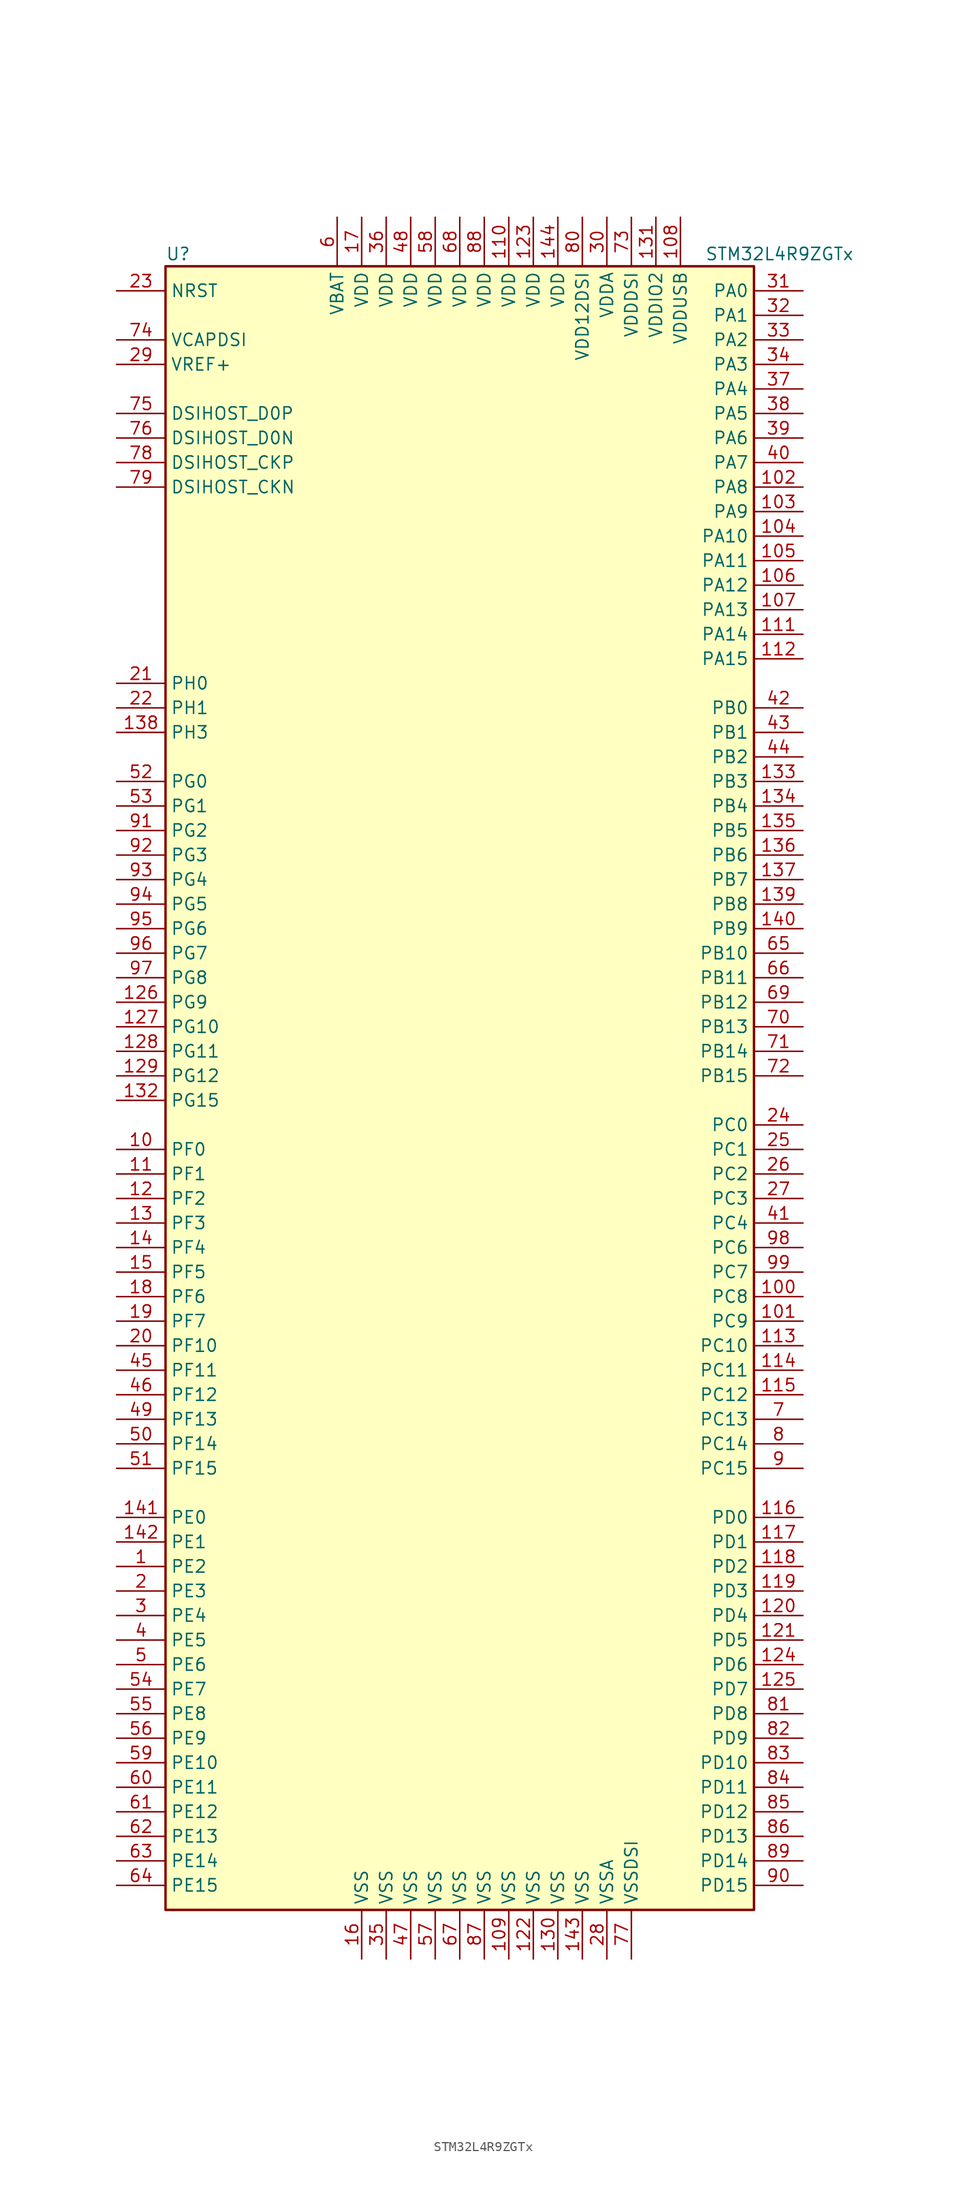
<source format=kicad_sym>
(kicad_symbol_lib
  (version 20201005)
  (generator kicad_symbol_editor)
  (symbol "STM32L4R9ZGTx"
    (property "Reference" "U"
      (at -30.48 85.09 0)
      (effects (font (size 1.27 1.27)) (justify left)))
    (property "Value" "STM32L4R9ZGTx"
      (at 25.4 85.09 0)
      (effects (font (size 1.27 1.27)) (justify left)))
    (symbol "STM32L4R9ZGTx_0_1"
      (rectangle (start -30.48 -86.36) (end 30.48 83.82) (stroke (width 0.254)) (fill (type background))))
    (symbol "STM32L4R9ZGTx_1_1"
      (pin bidirectional line (at -35.56 -50.8 0) (length 5.08) (name "PE2" (effects (font (size 1.27 1.27)))) (number "1" (effects (font (size 1.27 1.27)))))
      (pin bidirectional line (at -35.56 -7.62 0) (length 5.08) (name "PF0" (effects (font (size 1.27 1.27)))) (number "10" (effects (font (size 1.27 1.27)))))
      (pin bidirectional line (at 35.56 -22.86 180) (length 5.08) (name "PC8" (effects (font (size 1.27 1.27)))) (number "100" (effects (font (size 1.27 1.27)))))
      (pin bidirectional line (at 35.56 -25.4 180) (length 5.08) (name "PC9" (effects (font (size 1.27 1.27)))) (number "101" (effects (font (size 1.27 1.27)))))
      (pin bidirectional line (at 35.56 60.96 180) (length 5.08) (name "PA8" (effects (font (size 1.27 1.27)))) (number "102" (effects (font (size 1.27 1.27)))))
      (pin bidirectional line (at 35.56 58.42 180) (length 5.08) (name "PA9" (effects (font (size 1.27 1.27)))) (number "103" (effects (font (size 1.27 1.27)))))
      (pin bidirectional line (at 35.56 55.88 180) (length 5.08) (name "PA10" (effects (font (size 1.27 1.27)))) (number "104" (effects (font (size 1.27 1.27)))))
      (pin bidirectional line (at 35.56 53.34 180) (length 5.08) (name "PA11" (effects (font (size 1.27 1.27)))) (number "105" (effects (font (size 1.27 1.27)))))
      (pin bidirectional line (at 35.56 50.8 180) (length 5.08) (name "PA12" (effects (font (size 1.27 1.27)))) (number "106" (effects (font (size 1.27 1.27)))))
      (pin bidirectional line (at 35.56 48.26 180) (length 5.08) (name "PA13" (effects (font (size 1.27 1.27)))) (number "107" (effects (font (size 1.27 1.27)))))
      (pin power_in line (at 22.86 88.9 270) (length 5.08) (name "VDDUSB" (effects (font (size 1.27 1.27)))) (number "108" (effects (font (size 1.27 1.27)))))
      (pin power_in line (at 5.08 -91.44 90) (length 5.08) (name "VSS" (effects (font (size 1.27 1.27)))) (number "109" (effects (font (size 1.27 1.27)))))
      (pin bidirectional line (at -35.56 -10.16 0) (length 5.08) (name "PF1" (effects (font (size 1.27 1.27)))) (number "11" (effects (font (size 1.27 1.27)))))
      (pin power_in line (at 5.08 88.9 270) (length 5.08) (name "VDD" (effects (font (size 1.27 1.27)))) (number "110" (effects (font (size 1.27 1.27)))))
      (pin bidirectional line (at 35.56 45.72 180) (length 5.08) (name "PA14" (effects (font (size 1.27 1.27)))) (number "111" (effects (font (size 1.27 1.27)))))
      (pin bidirectional line (at 35.56 43.18 180) (length 5.08) (name "PA15" (effects (font (size 1.27 1.27)))) (number "112" (effects (font (size 1.27 1.27)))))
      (pin bidirectional line (at 35.56 -27.94 180) (length 5.08) (name "PC10" (effects (font (size 1.27 1.27)))) (number "113" (effects (font (size 1.27 1.27)))))
      (pin bidirectional line (at 35.56 -30.48 180) (length 5.08) (name "PC11" (effects (font (size 1.27 1.27)))) (number "114" (effects (font (size 1.27 1.27)))))
      (pin bidirectional line (at 35.56 -33.02 180) (length 5.08) (name "PC12" (effects (font (size 1.27 1.27)))) (number "115" (effects (font (size 1.27 1.27)))))
      (pin bidirectional line (at 35.56 -45.72 180) (length 5.08) (name "PD0" (effects (font (size 1.27 1.27)))) (number "116" (effects (font (size 1.27 1.27)))))
      (pin bidirectional line (at 35.56 -48.26 180) (length 5.08) (name "PD1" (effects (font (size 1.27 1.27)))) (number "117" (effects (font (size 1.27 1.27)))))
      (pin bidirectional line (at 35.56 -50.8 180) (length 5.08) (name "PD2" (effects (font (size 1.27 1.27)))) (number "118" (effects (font (size 1.27 1.27)))))
      (pin bidirectional line (at 35.56 -53.34 180) (length 5.08) (name "PD3" (effects (font (size 1.27 1.27)))) (number "119" (effects (font (size 1.27 1.27)))))
      (pin bidirectional line (at -35.56 -12.7 0) (length 5.08) (name "PF2" (effects (font (size 1.27 1.27)))) (number "12" (effects (font (size 1.27 1.27)))))
      (pin bidirectional line (at 35.56 -55.88 180) (length 5.08) (name "PD4" (effects (font (size 1.27 1.27)))) (number "120" (effects (font (size 1.27 1.27)))))
      (pin bidirectional line (at 35.56 -58.42 180) (length 5.08) (name "PD5" (effects (font (size 1.27 1.27)))) (number "121" (effects (font (size 1.27 1.27)))))
      (pin power_in line (at 7.62 -91.44 90) (length 5.08) (name "VSS" (effects (font (size 1.27 1.27)))) (number "122" (effects (font (size 1.27 1.27)))))
      (pin power_in line (at 7.62 88.9 270) (length 5.08) (name "VDD" (effects (font (size 1.27 1.27)))) (number "123" (effects (font (size 1.27 1.27)))))
      (pin bidirectional line (at 35.56 -60.96 180) (length 5.08) (name "PD6" (effects (font (size 1.27 1.27)))) (number "124" (effects (font (size 1.27 1.27)))))
      (pin bidirectional line (at 35.56 -63.5 180) (length 5.08) (name "PD7" (effects (font (size 1.27 1.27)))) (number "125" (effects (font (size 1.27 1.27)))))
      (pin bidirectional line (at -35.56 7.62 0) (length 5.08) (name "PG9" (effects (font (size 1.27 1.27)))) (number "126" (effects (font (size 1.27 1.27)))))
      (pin bidirectional line (at -35.56 5.08 0) (length 5.08) (name "PG10" (effects (font (size 1.27 1.27)))) (number "127" (effects (font (size 1.27 1.27)))))
      (pin bidirectional line (at -35.56 2.54 0) (length 5.08) (name "PG11" (effects (font (size 1.27 1.27)))) (number "128" (effects (font (size 1.27 1.27)))))
      (pin bidirectional line (at -35.56 0 0) (length 5.08) (name "PG12" (effects (font (size 1.27 1.27)))) (number "129" (effects (font (size 1.27 1.27)))))
      (pin bidirectional line (at -35.56 -15.24 0) (length 5.08) (name "PF3" (effects (font (size 1.27 1.27)))) (number "13" (effects (font (size 1.27 1.27)))))
      (pin power_in line (at 10.16 -91.44 90) (length 5.08) (name "VSS" (effects (font (size 1.27 1.27)))) (number "130" (effects (font (size 1.27 1.27)))))
      (pin power_in line (at 20.32 88.9 270) (length 5.08) (name "VDDIO2" (effects (font (size 1.27 1.27)))) (number "131" (effects (font (size 1.27 1.27)))))
      (pin bidirectional line (at -35.56 -2.54 0) (length 5.08) (name "PG15" (effects (font (size 1.27 1.27)))) (number "132" (effects (font (size 1.27 1.27)))))
      (pin bidirectional line (at 35.56 30.48 180) (length 5.08) (name "PB3" (effects (font (size 1.27 1.27)))) (number "133" (effects (font (size 1.27 1.27)))))
      (pin bidirectional line (at 35.56 27.94 180) (length 5.08) (name "PB4" (effects (font (size 1.27 1.27)))) (number "134" (effects (font (size 1.27 1.27)))))
      (pin bidirectional line (at 35.56 25.4 180) (length 5.08) (name "PB5" (effects (font (size 1.27 1.27)))) (number "135" (effects (font (size 1.27 1.27)))))
      (pin bidirectional line (at 35.56 22.86 180) (length 5.08) (name "PB6" (effects (font (size 1.27 1.27)))) (number "136" (effects (font (size 1.27 1.27)))))
      (pin bidirectional line (at 35.56 20.32 180) (length 5.08) (name "PB7" (effects (font (size 1.27 1.27)))) (number "137" (effects (font (size 1.27 1.27)))))
      (pin bidirectional line (at -35.56 35.56 0) (length 5.08) (name "PH3" (effects (font (size 1.27 1.27)))) (number "138" (effects (font (size 1.27 1.27)))))
      (pin bidirectional line (at 35.56 17.78 180) (length 5.08) (name "PB8" (effects (font (size 1.27 1.27)))) (number "139" (effects (font (size 1.27 1.27)))))
      (pin bidirectional line (at -35.56 -17.78 0) (length 5.08) (name "PF4" (effects (font (size 1.27 1.27)))) (number "14" (effects (font (size 1.27 1.27)))))
      (pin bidirectional line (at 35.56 15.24 180) (length 5.08) (name "PB9" (effects (font (size 1.27 1.27)))) (number "140" (effects (font (size 1.27 1.27)))))
      (pin bidirectional line (at -35.56 -45.72 0) (length 5.08) (name "PE0" (effects (font (size 1.27 1.27)))) (number "141" (effects (font (size 1.27 1.27)))))
      (pin bidirectional line (at -35.56 -48.26 0) (length 5.08) (name "PE1" (effects (font (size 1.27 1.27)))) (number "142" (effects (font (size 1.27 1.27)))))
      (pin power_in line (at 12.7 -91.44 90) (length 5.08) (name "VSS" (effects (font (size 1.27 1.27)))) (number "143" (effects (font (size 1.27 1.27)))))
      (pin power_in line (at 10.16 88.9 270) (length 5.08) (name "VDD" (effects (font (size 1.27 1.27)))) (number "144" (effects (font (size 1.27 1.27)))))
      (pin bidirectional line (at -35.56 -20.32 0) (length 5.08) (name "PF5" (effects (font (size 1.27 1.27)))) (number "15" (effects (font (size 1.27 1.27)))))
      (pin power_in line (at -10.16 -91.44 90) (length 5.08) (name "VSS" (effects (font (size 1.27 1.27)))) (number "16" (effects (font (size 1.27 1.27)))))
      (pin power_in line (at -10.16 88.9 270) (length 5.08) (name "VDD" (effects (font (size 1.27 1.27)))) (number "17" (effects (font (size 1.27 1.27)))))
      (pin bidirectional line (at -35.56 -22.86 0) (length 5.08) (name "PF6" (effects (font (size 1.27 1.27)))) (number "18" (effects (font (size 1.27 1.27)))))
      (pin bidirectional line (at -35.56 -25.4 0) (length 5.08) (name "PF7" (effects (font (size 1.27 1.27)))) (number "19" (effects (font (size 1.27 1.27)))))
      (pin bidirectional line (at -35.56 -53.34 0) (length 5.08) (name "PE3" (effects (font (size 1.27 1.27)))) (number "2" (effects (font (size 1.27 1.27)))))
      (pin bidirectional line (at -35.56 -27.94 0) (length 5.08) (name "PF10" (effects (font (size 1.27 1.27)))) (number "20" (effects (font (size 1.27 1.27)))))
      (pin input line (at -35.56 40.64 0) (length 5.08) (name "PH0" (effects (font (size 1.27 1.27)))) (number "21" (effects (font (size 1.27 1.27)))))
      (pin input line (at -35.56 38.1 0) (length 5.08) (name "PH1" (effects (font (size 1.27 1.27)))) (number "22" (effects (font (size 1.27 1.27)))))
      (pin input line (at -35.56 81.28 0) (length 5.08) (name "NRST" (effects (font (size 1.27 1.27)))) (number "23" (effects (font (size 1.27 1.27)))))
      (pin bidirectional line (at 35.56 -5.08 180) (length 5.08) (name "PC0" (effects (font (size 1.27 1.27)))) (number "24" (effects (font (size 1.27 1.27)))))
      (pin bidirectional line (at 35.56 -7.62 180) (length 5.08) (name "PC1" (effects (font (size 1.27 1.27)))) (number "25" (effects (font (size 1.27 1.27)))))
      (pin bidirectional line (at 35.56 -10.16 180) (length 5.08) (name "PC2" (effects (font (size 1.27 1.27)))) (number "26" (effects (font (size 1.27 1.27)))))
      (pin bidirectional line (at 35.56 -12.7 180) (length 5.08) (name "PC3" (effects (font (size 1.27 1.27)))) (number "27" (effects (font (size 1.27 1.27)))))
      (pin power_in line (at 15.24 -91.44 90) (length 5.08) (name "VSSA" (effects (font (size 1.27 1.27)))) (number "28" (effects (font (size 1.27 1.27)))))
      (pin bidirectional line (at -35.56 73.66 0) (length 5.08) (name "VREF+" (effects (font (size 1.27 1.27)))) (number "29" (effects (font (size 1.27 1.27)))))
      (pin bidirectional line (at -35.56 -55.88 0) (length 5.08) (name "PE4" (effects (font (size 1.27 1.27)))) (number "3" (effects (font (size 1.27 1.27)))))
      (pin power_in line (at 15.24 88.9 270) (length 5.08) (name "VDDA" (effects (font (size 1.27 1.27)))) (number "30" (effects (font (size 1.27 1.27)))))
      (pin bidirectional line (at 35.56 81.28 180) (length 5.08) (name "PA0" (effects (font (size 1.27 1.27)))) (number "31" (effects (font (size 1.27 1.27)))))
      (pin bidirectional line (at 35.56 78.74 180) (length 5.08) (name "PA1" (effects (font (size 1.27 1.27)))) (number "32" (effects (font (size 1.27 1.27)))))
      (pin bidirectional line (at 35.56 76.2 180) (length 5.08) (name "PA2" (effects (font (size 1.27 1.27)))) (number "33" (effects (font (size 1.27 1.27)))))
      (pin bidirectional line (at 35.56 73.66 180) (length 5.08) (name "PA3" (effects (font (size 1.27 1.27)))) (number "34" (effects (font (size 1.27 1.27)))))
      (pin power_in line (at -7.62 -91.44 90) (length 5.08) (name "VSS" (effects (font (size 1.27 1.27)))) (number "35" (effects (font (size 1.27 1.27)))))
      (pin power_in line (at -7.62 88.9 270) (length 5.08) (name "VDD" (effects (font (size 1.27 1.27)))) (number "36" (effects (font (size 1.27 1.27)))))
      (pin bidirectional line (at 35.56 71.12 180) (length 5.08) (name "PA4" (effects (font (size 1.27 1.27)))) (number "37" (effects (font (size 1.27 1.27)))))
      (pin bidirectional line (at 35.56 68.58 180) (length 5.08) (name "PA5" (effects (font (size 1.27 1.27)))) (number "38" (effects (font (size 1.27 1.27)))))
      (pin bidirectional line (at 35.56 66.04 180) (length 5.08) (name "PA6" (effects (font (size 1.27 1.27)))) (number "39" (effects (font (size 1.27 1.27)))))
      (pin bidirectional line (at -35.56 -58.42 0) (length 5.08) (name "PE5" (effects (font (size 1.27 1.27)))) (number "4" (effects (font (size 1.27 1.27)))))
      (pin bidirectional line (at 35.56 63.5 180) (length 5.08) (name "PA7" (effects (font (size 1.27 1.27)))) (number "40" (effects (font (size 1.27 1.27)))))
      (pin bidirectional line (at 35.56 -15.24 180) (length 5.08) (name "PC4" (effects (font (size 1.27 1.27)))) (number "41" (effects (font (size 1.27 1.27)))))
      (pin bidirectional line (at 35.56 38.1 180) (length 5.08) (name "PB0" (effects (font (size 1.27 1.27)))) (number "42" (effects (font (size 1.27 1.27)))))
      (pin bidirectional line (at 35.56 35.56 180) (length 5.08) (name "PB1" (effects (font (size 1.27 1.27)))) (number "43" (effects (font (size 1.27 1.27)))))
      (pin bidirectional line (at 35.56 33.02 180) (length 5.08) (name "PB2" (effects (font (size 1.27 1.27)))) (number "44" (effects (font (size 1.27 1.27)))))
      (pin bidirectional line (at -35.56 -30.48 0) (length 5.08) (name "PF11" (effects (font (size 1.27 1.27)))) (number "45" (effects (font (size 1.27 1.27)))))
      (pin bidirectional line (at -35.56 -33.02 0) (length 5.08) (name "PF12" (effects (font (size 1.27 1.27)))) (number "46" (effects (font (size 1.27 1.27)))))
      (pin power_in line (at -5.08 -91.44 90) (length 5.08) (name "VSS" (effects (font (size 1.27 1.27)))) (number "47" (effects (font (size 1.27 1.27)))))
      (pin power_in line (at -5.08 88.9 270) (length 5.08) (name "VDD" (effects (font (size 1.27 1.27)))) (number "48" (effects (font (size 1.27 1.27)))))
      (pin bidirectional line (at -35.56 -35.56 0) (length 5.08) (name "PF13" (effects (font (size 1.27 1.27)))) (number "49" (effects (font (size 1.27 1.27)))))
      (pin bidirectional line (at -35.56 -60.96 0) (length 5.08) (name "PE6" (effects (font (size 1.27 1.27)))) (number "5" (effects (font (size 1.27 1.27)))))
      (pin bidirectional line (at -35.56 -38.1 0) (length 5.08) (name "PF14" (effects (font (size 1.27 1.27)))) (number "50" (effects (font (size 1.27 1.27)))))
      (pin bidirectional line (at -35.56 -40.64 0) (length 5.08) (name "PF15" (effects (font (size 1.27 1.27)))) (number "51" (effects (font (size 1.27 1.27)))))
      (pin bidirectional line (at -35.56 30.48 0) (length 5.08) (name "PG0" (effects (font (size 1.27 1.27)))) (number "52" (effects (font (size 1.27 1.27)))))
      (pin bidirectional line (at -35.56 27.94 0) (length 5.08) (name "PG1" (effects (font (size 1.27 1.27)))) (number "53" (effects (font (size 1.27 1.27)))))
      (pin bidirectional line (at -35.56 -63.5 0) (length 5.08) (name "PE7" (effects (font (size 1.27 1.27)))) (number "54" (effects (font (size 1.27 1.27)))))
      (pin bidirectional line (at -35.56 -66.04 0) (length 5.08) (name "PE8" (effects (font (size 1.27 1.27)))) (number "55" (effects (font (size 1.27 1.27)))))
      (pin bidirectional line (at -35.56 -68.58 0) (length 5.08) (name "PE9" (effects (font (size 1.27 1.27)))) (number "56" (effects (font (size 1.27 1.27)))))
      (pin power_in line (at -2.54 -91.44 90) (length 5.08) (name "VSS" (effects (font (size 1.27 1.27)))) (number "57" (effects (font (size 1.27 1.27)))))
      (pin power_in line (at -2.54 88.9 270) (length 5.08) (name "VDD" (effects (font (size 1.27 1.27)))) (number "58" (effects (font (size 1.27 1.27)))))
      (pin bidirectional line (at -35.56 -71.12 0) (length 5.08) (name "PE10" (effects (font (size 1.27 1.27)))) (number "59" (effects (font (size 1.27 1.27)))))
      (pin power_in line (at -12.7 88.9 270) (length 5.08) (name "VBAT" (effects (font (size 1.27 1.27)))) (number "6" (effects (font (size 1.27 1.27)))))
      (pin bidirectional line (at -35.56 -73.66 0) (length 5.08) (name "PE11" (effects (font (size 1.27 1.27)))) (number "60" (effects (font (size 1.27 1.27)))))
      (pin bidirectional line (at -35.56 -76.2 0) (length 5.08) (name "PE12" (effects (font (size 1.27 1.27)))) (number "61" (effects (font (size 1.27 1.27)))))
      (pin bidirectional line (at -35.56 -78.74 0) (length 5.08) (name "PE13" (effects (font (size 1.27 1.27)))) (number "62" (effects (font (size 1.27 1.27)))))
      (pin bidirectional line (at -35.56 -81.28 0) (length 5.08) (name "PE14" (effects (font (size 1.27 1.27)))) (number "63" (effects (font (size 1.27 1.27)))))
      (pin bidirectional line (at -35.56 -83.82 0) (length 5.08) (name "PE15" (effects (font (size 1.27 1.27)))) (number "64" (effects (font (size 1.27 1.27)))))
      (pin bidirectional line (at 35.56 12.7 180) (length 5.08) (name "PB10" (effects (font (size 1.27 1.27)))) (number "65" (effects (font (size 1.27 1.27)))))
      (pin bidirectional line (at 35.56 10.16 180) (length 5.08) (name "PB11" (effects (font (size 1.27 1.27)))) (number "66" (effects (font (size 1.27 1.27)))))
      (pin power_in line (at 0 -91.44 90) (length 5.08) (name "VSS" (effects (font (size 1.27 1.27)))) (number "67" (effects (font (size 1.27 1.27)))))
      (pin power_in line (at 0 88.9 270) (length 5.08) (name "VDD" (effects (font (size 1.27 1.27)))) (number "68" (effects (font (size 1.27 1.27)))))
      (pin bidirectional line (at 35.56 7.62 180) (length 5.08) (name "PB12" (effects (font (size 1.27 1.27)))) (number "69" (effects (font (size 1.27 1.27)))))
      (pin bidirectional line (at 35.56 -35.56 180) (length 5.08) (name "PC13" (effects (font (size 1.27 1.27)))) (number "7" (effects (font (size 1.27 1.27)))))
      (pin bidirectional line (at 35.56 5.08 180) (length 5.08) (name "PB13" (effects (font (size 1.27 1.27)))) (number "70" (effects (font (size 1.27 1.27)))))
      (pin bidirectional line (at 35.56 2.54 180) (length 5.08) (name "PB14" (effects (font (size 1.27 1.27)))) (number "71" (effects (font (size 1.27 1.27)))))
      (pin bidirectional line (at 35.56 0 180) (length 5.08) (name "PB15" (effects (font (size 1.27 1.27)))) (number "72" (effects (font (size 1.27 1.27)))))
      (pin power_in line (at 17.78 88.9 270) (length 5.08) (name "VDDDSI" (effects (font (size 1.27 1.27)))) (number "73" (effects (font (size 1.27 1.27)))))
      (pin power_in line (at -35.56 76.2 0) (length 5.08) (name "VCAPDSI" (effects (font (size 1.27 1.27)))) (number "74" (effects (font (size 1.27 1.27)))))
      (pin bidirectional line (at -35.56 68.58 0) (length 5.08) (name "DSIHOST_D0P" (effects (font (size 1.27 1.27)))) (number "75" (effects (font (size 1.27 1.27)))))
      (pin bidirectional line (at -35.56 66.04 0) (length 5.08) (name "DSIHOST_D0N" (effects (font (size 1.27 1.27)))) (number "76" (effects (font (size 1.27 1.27)))))
      (pin power_in line (at 17.78 -91.44 90) (length 5.08) (name "VSSDSI" (effects (font (size 1.27 1.27)))) (number "77" (effects (font (size 1.27 1.27)))))
      (pin bidirectional line (at -35.56 63.5 0) (length 5.08) (name "DSIHOST_CKP" (effects (font (size 1.27 1.27)))) (number "78" (effects (font (size 1.27 1.27)))))
      (pin bidirectional line (at -35.56 60.96 0) (length 5.08) (name "DSIHOST_CKN" (effects (font (size 1.27 1.27)))) (number "79" (effects (font (size 1.27 1.27)))))
      (pin bidirectional line (at 35.56 -38.1 180) (length 5.08) (name "PC14" (effects (font (size 1.27 1.27)))) (number "8" (effects (font (size 1.27 1.27)))))
      (pin power_in line (at 12.7 88.9 270) (length 5.08) (name "VDD12DSI" (effects (font (size 1.27 1.27)))) (number "80" (effects (font (size 1.27 1.27)))))
      (pin bidirectional line (at 35.56 -66.04 180) (length 5.08) (name "PD8" (effects (font (size 1.27 1.27)))) (number "81" (effects (font (size 1.27 1.27)))))
      (pin bidirectional line (at 35.56 -68.58 180) (length 5.08) (name "PD9" (effects (font (size 1.27 1.27)))) (number "82" (effects (font (size 1.27 1.27)))))
      (pin bidirectional line (at 35.56 -71.12 180) (length 5.08) (name "PD10" (effects (font (size 1.27 1.27)))) (number "83" (effects (font (size 1.27 1.27)))))
      (pin bidirectional line (at 35.56 -73.66 180) (length 5.08) (name "PD11" (effects (font (size 1.27 1.27)))) (number "84" (effects (font (size 1.27 1.27)))))
      (pin bidirectional line (at 35.56 -76.2 180) (length 5.08) (name "PD12" (effects (font (size 1.27 1.27)))) (number "85" (effects (font (size 1.27 1.27)))))
      (pin bidirectional line (at 35.56 -78.74 180) (length 5.08) (name "PD13" (effects (font (size 1.27 1.27)))) (number "86" (effects (font (size 1.27 1.27)))))
      (pin power_in line (at 2.54 -91.44 90) (length 5.08) (name "VSS" (effects (font (size 1.27 1.27)))) (number "87" (effects (font (size 1.27 1.27)))))
      (pin power_in line (at 2.54 88.9 270) (length 5.08) (name "VDD" (effects (font (size 1.27 1.27)))) (number "88" (effects (font (size 1.27 1.27)))))
      (pin bidirectional line (at 35.56 -81.28 180) (length 5.08) (name "PD14" (effects (font (size 1.27 1.27)))) (number "89" (effects (font (size 1.27 1.27)))))
      (pin bidirectional line (at 35.56 -40.64 180) (length 5.08) (name "PC15" (effects (font (size 1.27 1.27)))) (number "9" (effects (font (size 1.27 1.27)))))
      (pin bidirectional line (at 35.56 -83.82 180) (length 5.08) (name "PD15" (effects (font (size 1.27 1.27)))) (number "90" (effects (font (size 1.27 1.27)))))
      (pin bidirectional line (at -35.56 25.4 0) (length 5.08) (name "PG2" (effects (font (size 1.27 1.27)))) (number "91" (effects (font (size 1.27 1.27)))))
      (pin bidirectional line (at -35.56 22.86 0) (length 5.08) (name "PG3" (effects (font (size 1.27 1.27)))) (number "92" (effects (font (size 1.27 1.27)))))
      (pin bidirectional line (at -35.56 20.32 0) (length 5.08) (name "PG4" (effects (font (size 1.27 1.27)))) (number "93" (effects (font (size 1.27 1.27)))))
      (pin bidirectional line (at -35.56 17.78 0) (length 5.08) (name "PG5" (effects (font (size 1.27 1.27)))) (number "94" (effects (font (size 1.27 1.27)))))
      (pin bidirectional line (at -35.56 15.24 0) (length 5.08) (name "PG6" (effects (font (size 1.27 1.27)))) (number "95" (effects (font (size 1.27 1.27)))))
      (pin bidirectional line (at -35.56 12.7 0) (length 5.08) (name "PG7" (effects (font (size 1.27 1.27)))) (number "96" (effects (font (size 1.27 1.27)))))
      (pin bidirectional line (at -35.56 10.16 0) (length 5.08) (name "PG8" (effects (font (size 1.27 1.27)))) (number "97" (effects (font (size 1.27 1.27)))))
      (pin bidirectional line (at 35.56 -17.78 180) (length 5.08) (name "PC6" (effects (font (size 1.27 1.27)))) (number "98" (effects (font (size 1.27 1.27)))))
      (pin bidirectional line (at 35.56 -20.32 180) (length 5.08) (name "PC7" (effects (font (size 1.27 1.27)))) (number "99" (effects (font (size 1.27 1.27))))))))
</source>
